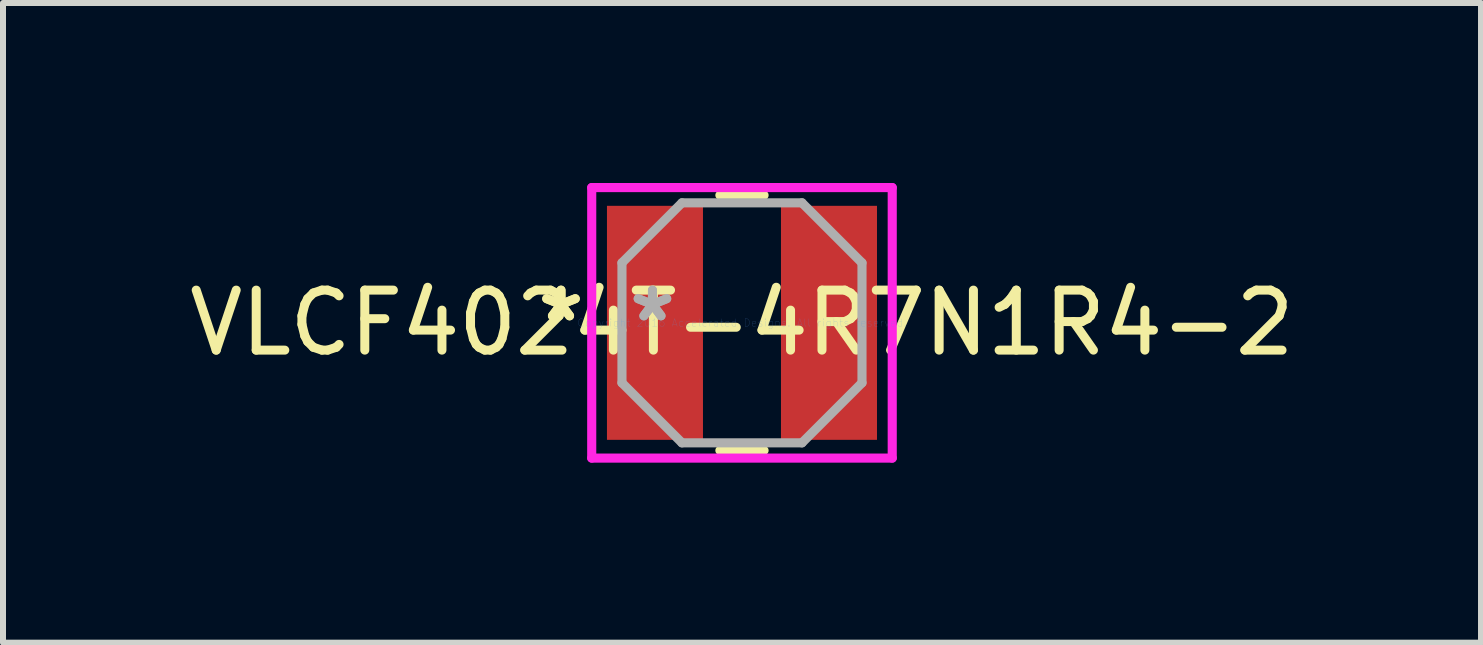
<source format=kicad_pcb>
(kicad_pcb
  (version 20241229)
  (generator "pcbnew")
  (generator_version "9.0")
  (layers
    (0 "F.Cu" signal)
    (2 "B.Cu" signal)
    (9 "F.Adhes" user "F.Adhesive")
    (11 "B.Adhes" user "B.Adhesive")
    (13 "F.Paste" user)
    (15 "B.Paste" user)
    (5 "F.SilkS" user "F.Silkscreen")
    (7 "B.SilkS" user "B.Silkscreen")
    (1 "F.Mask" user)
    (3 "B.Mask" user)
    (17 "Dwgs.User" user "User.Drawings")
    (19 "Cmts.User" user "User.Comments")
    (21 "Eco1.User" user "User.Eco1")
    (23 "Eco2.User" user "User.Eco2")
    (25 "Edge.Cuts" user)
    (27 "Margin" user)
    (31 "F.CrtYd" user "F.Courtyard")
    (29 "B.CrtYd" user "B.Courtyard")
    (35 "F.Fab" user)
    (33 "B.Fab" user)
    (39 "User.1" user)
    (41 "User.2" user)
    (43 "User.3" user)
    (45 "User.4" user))
  (footprint "VLCF4024T-4R7N1R4-2"
    (layer "F.Cu")
    (at 9.315 2.33)
    (property "Reference" "VLCF4024T-4R7N1R4-2" (at 0 0 0) (layer "F.SilkS") (effects (font (size 1 1) (thickness 0.15))))
    (attr through_hole)
    (fp_line (start -0.368 2.127) (end 0.368 2.127) (stroke (width 0.152) (type solid)) (layer "F.SilkS"))
    (fp_line (start 0.368 -2.127) (end -0.368 -2.127) (stroke (width 0.152) (type solid)) (layer "F.SilkS"))
    (fp_line (start -2.504 -2.254) (end 2.504 -2.254) (stroke (width 0.152) (type solid)) (layer "F.CrtYd"))
    (fp_line (start -2.504 2.254) (end -2.504 -2.254) (stroke (width 0.152) (type solid)) (layer "F.CrtYd"))
    (fp_line (start 2.504 -2.254) (end 2.504 2.254) (stroke (width 0.152) (type solid)) (layer "F.CrtYd"))
    (fp_line (start 2.504 2.254) (end -2.504 2.254) (stroke (width 0.152) (type solid)) (layer "F.CrtYd"))
    (fp_line (start -2 -1) (end -2 1) (stroke (width 0.152) (type solid)) (layer "F.Fab"))
    (fp_line (start -2 1) (end -1 2) (stroke (width 0.152) (type solid)) (layer "F.Fab"))
    (fp_line (start -1 -2) (end -2 -1) (stroke (width 0.152) (type solid)) (layer "F.Fab"))
    (fp_line (start -1 2) (end 1 2) (stroke (width 0.152) (type solid)) (layer "F.Fab"))
    (fp_line (start 1 -2) (end -1 -2) (stroke (width 0.152) (type solid)) (layer "F.Fab"))
    (fp_line (start 1 2) (end 2 1) (stroke (width 0.152) (type solid)) (layer "F.Fab"))
    (fp_line (start 2 -1) (end 1 -2) (stroke (width 0.152) (type solid)) (layer "F.Fab"))
    (fp_line (start 2 1) (end 2 -1) (stroke (width 0.152) (type solid)) (layer "F.Fab"))
    (fp_text user "*" (at -3.016 0 0) (layer "F.SilkS") (effects (font (size 1 1) (thickness 0.15))))
    (fp_text user "*" (at -3.016 0 0) (layer "F.SilkS") (effects (font (size 1 1) (thickness 0.15))))
    (fp_text user "Copyright 2016 Accelerated Designs. All rights reserved." (at 0 0 0) (layer "Cmts.User") (effects (font (size 0.127 0.127) (thickness 0.002))))
    (fp_text user "*" (at -1.492 0 0) (layer "F.Fab") (effects (font (size 1 1) (thickness 0.15))))
    (fp_text user "*" (at -1.492 0 0) (layer "F.Fab") (effects (font (size 1 1) (thickness 0.15))))
    (pad "1" smd rect (at -1.45 0) (size 1.6 3.9) (layers "F.Cu" "F.Mask" "F.Paste"))
    (pad "2" smd rect (at 1.45 0) (size 1.6 3.9) (layers "F.Cu" "F.Mask" "F.Paste")))
  (gr_rect
    (start -3 -3)
    (end 21.631 7.66)
    (stroke (width 0.1) (type default))
    (fill no)
    (layer "Edge.Cuts")))
</source>
